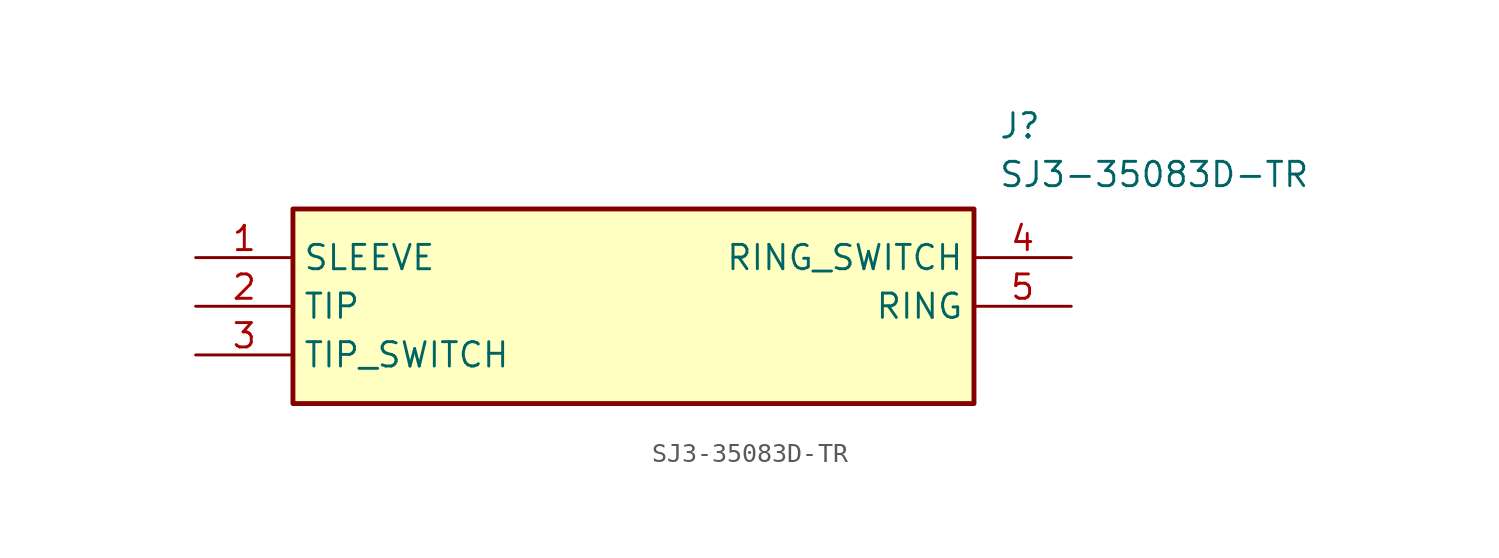
<source format=kicad_sym>
(kicad_symbol_lib
  (version 20211014)
  (generator SamacSys_ECAD_Model)
  (symbol "SJ3-35083D-TR"
    (property "Reference" "J"
      (at 41.91 7.62 0)
      (effects (font (size 1.27 1.27)) (justify left top)))
    (property "Value" "SJ3-35083D-TR"
      (at 41.91 5.08 0)
      (effects (font (size 1.27 1.27)) (justify left top)))
    (rectangle
      (start 5.08 2.54)
      (end 40.64 -7.62)
      (stroke (width 0.254) (type default))
      (fill (type background)))
    (pin passive line
      (at 0 0 0)
      (length 5.08)
      (name "SLEEVE" (effects (font (size 1.27 1.27))))
      (number "1" (effects (font (size 1.27 1.27)))))
    (pin passive line
      (at 0 -2.54 0)
      (length 5.08)
      (name "TIP" (effects (font (size 1.27 1.27))))
      (number "2" (effects (font (size 1.27 1.27)))))
    (pin passive line
      (at 0 -5.08 0)
      (length 5.08)
      (name "TIP_SWITCH" (effects (font (size 1.27 1.27))))
      (number "3" (effects (font (size 1.27 1.27)))))
    (pin passive line
      (at 45.72 0 180)
      (length 5.08)
      (name "RING_SWITCH" (effects (font (size 1.27 1.27))))
      (number "4" (effects (font (size 1.27 1.27)))))
    (pin passive line
      (at 45.72 -2.54 180)
      (length 5.08)
      (name "RING" (effects (font (size 1.27 1.27))))
      (number "5" (effects (font (size 1.27 1.27)))))))
</source>
